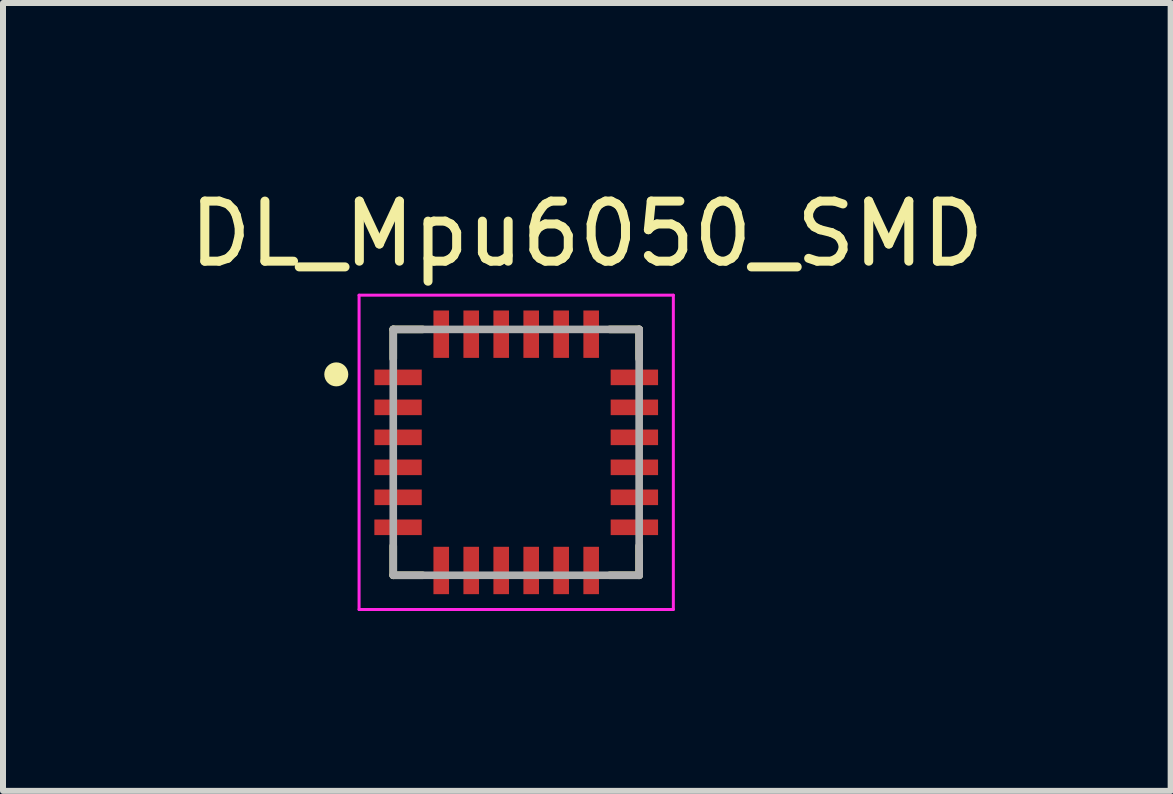
<source format=kicad_pcb>
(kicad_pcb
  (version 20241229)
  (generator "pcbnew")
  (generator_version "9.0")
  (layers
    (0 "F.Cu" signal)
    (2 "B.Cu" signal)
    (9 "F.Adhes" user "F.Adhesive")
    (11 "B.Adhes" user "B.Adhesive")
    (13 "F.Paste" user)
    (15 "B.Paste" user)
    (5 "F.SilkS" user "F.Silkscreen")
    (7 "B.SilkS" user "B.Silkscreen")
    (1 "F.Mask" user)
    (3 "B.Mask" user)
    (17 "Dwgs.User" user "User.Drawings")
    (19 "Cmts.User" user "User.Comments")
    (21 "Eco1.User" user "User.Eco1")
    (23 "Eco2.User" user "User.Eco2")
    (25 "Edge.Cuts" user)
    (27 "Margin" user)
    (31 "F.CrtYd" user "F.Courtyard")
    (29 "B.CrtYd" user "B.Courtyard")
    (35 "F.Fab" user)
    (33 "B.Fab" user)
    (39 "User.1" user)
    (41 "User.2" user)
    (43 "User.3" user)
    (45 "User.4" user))
  (footprint "DL_Mpu6050_SMD"
    (layer "F.Cu")
    (at 5.557 4.492)
    (property "Reference" "DL_Mpu6050_SMD" (at 1.178 -3.643 0) (layer "F.SilkS") (effects (font (size 1.002 1.002) (thickness 0.15))))
    (attr through_hole)
    (fp_line (start -2.05 -1.56) (end -2.05 -2.05) (stroke (width 0.127) (type solid)) (layer "F.SilkS"))
    (fp_line (start -2.05 2.05) (end -2.05 1.56) (stroke (width 0.127) (type solid)) (layer "F.SilkS"))
    (fp_line (start -1.56 -2.05) (end -2.05 -2.05) (stroke (width 0.127) (type solid)) (layer "F.SilkS"))
    (fp_line (start -1.56 2.05) (end -2.05 2.05) (stroke (width 0.127) (type solid)) (layer "F.SilkS"))
    (fp_line (start 1.56 -2.05) (end 2.05 -2.05) (stroke (width 0.127) (type solid)) (layer "F.SilkS"))
    (fp_line (start 2.05 -2.05) (end 2.05 -1.56) (stroke (width 0.127) (type solid)) (layer "F.SilkS"))
    (fp_line (start 2.05 1.56) (end 2.05 2.05) (stroke (width 0.127) (type solid)) (layer "F.SilkS"))
    (fp_line (start 2.05 2.05) (end 1.56 2.05) (stroke (width 0.127) (type solid)) (layer "F.SilkS"))
    (fp_circle (center -3 -1.3) (end -2.9 -1.3) (stroke (width 0.2) (type solid)) (fill no) (layer "F.SilkS"))
    (fp_line (start -2.62 -2.62) (end 2.62 -2.62) (stroke (width 0.05) (type solid)) (layer "F.CrtYd"))
    (fp_line (start -2.62 2.62) (end -2.62 -2.62) (stroke (width 0.05) (type solid)) (layer "F.CrtYd"))
    (fp_line (start 2.62 -2.62) (end 2.62 2.62) (stroke (width 0.05) (type solid)) (layer "F.CrtYd"))
    (fp_line (start 2.62 2.62) (end -2.62 2.62) (stroke (width 0.05) (type solid)) (layer "F.CrtYd"))
    (fp_line (start -2.05 -2.05) (end -2.05 2.05) (stroke (width 0.127) (type solid)) (layer "F.Fab"))
    (fp_line (start 2.05 -2.05) (end -2.05 -2.05) (stroke (width 0.127) (type solid)) (layer "F.Fab"))
    (fp_line (start 2.05 -2.05) (end 2.05 2.05) (stroke (width 0.127) (type solid)) (layer "F.Fab"))
    (fp_line (start 2.05 2.05) (end -2.05 2.05) (stroke (width 0.127) (type solid)) (layer "F.Fab"))
    (pad "1" smd rect (at -1.97 -1.25) (size 0.79 0.26) (layers "F.Cu" "F.Mask" "F.Paste"))
    (pad "2" smd rect (at -1.97 -0.75) (size 0.79 0.26) (layers "F.Cu" "F.Mask" "F.Paste"))
    (pad "3" smd rect (at -1.97 -0.25) (size 0.79 0.26) (layers "F.Cu" "F.Mask" "F.Paste"))
    (pad "4" smd rect (at -1.97 0.25) (size 0.79 0.26) (layers "F.Cu" "F.Mask" "F.Paste"))
    (pad "5" smd rect (at -1.97 0.75) (size 0.79 0.26) (layers "F.Cu" "F.Mask" "F.Paste"))
    (pad "6" smd rect (at -1.97 1.25) (size 0.79 0.26) (layers "F.Cu" "F.Mask" "F.Paste"))
    (pad "7" smd rect (at -1.25 1.97 90) (size 0.79 0.26) (layers "F.Cu" "F.Mask" "F.Paste"))
    (pad "8" smd rect (at -0.75 1.97 90) (size 0.79 0.26) (layers "F.Cu" "F.Mask" "F.Paste"))
    (pad "9" smd rect (at -0.25 1.97 90) (size 0.79 0.26) (layers "F.Cu" "F.Mask" "F.Paste"))
    (pad "10" smd rect (at 0.25 1.97 90) (size 0.79 0.26) (layers "F.Cu" "F.Mask" "F.Paste"))
    (pad "11" smd rect (at 0.75 1.97 90) (size 0.79 0.26) (layers "F.Cu" "F.Mask" "F.Paste"))
    (pad "12" smd rect (at 1.25 1.97 90) (size 0.79 0.26) (layers "F.Cu" "F.Mask" "F.Paste"))
    (pad "13" smd rect (at 1.97 1.25 180) (size 0.79 0.26) (layers "F.Cu" "F.Mask" "F.Paste"))
    (pad "14" smd rect (at 1.97 0.75 180) (size 0.79 0.26) (layers "F.Cu" "F.Mask" "F.Paste"))
    (pad "15" smd rect (at 1.97 0.25 180) (size 0.79 0.26) (layers "F.Cu" "F.Mask" "F.Paste"))
    (pad "16" smd rect (at 1.97 -0.25 180) (size 0.79 0.26) (layers "F.Cu" "F.Mask" "F.Paste"))
    (pad "17" smd rect (at 1.97 -0.75 180) (size 0.79 0.26) (layers "F.Cu" "F.Mask" "F.Paste"))
    (pad "18" smd rect (at 1.97 -1.25 180) (size 0.79 0.26) (layers "F.Cu" "F.Mask" "F.Paste"))
    (pad "19" smd rect (at 1.25 -1.97 270) (size 0.79 0.26) (layers "F.Cu" "F.Mask" "F.Paste"))
    (pad "20" smd rect (at 0.75 -1.97 270) (size 0.79 0.26) (layers "F.Cu" "F.Mask" "F.Paste"))
    (pad "21" smd rect (at 0.25 -1.97 270) (size 0.79 0.26) (layers "F.Cu" "F.Mask" "F.Paste"))
    (pad "22" smd rect (at -0.25 -1.97 270) (size 0.79 0.26) (layers "F.Cu" "F.Mask" "F.Paste"))
    (pad "23" smd rect (at -0.75 -1.97 270) (size 0.79 0.26) (layers "F.Cu" "F.Mask" "F.Paste"))
    (pad "24" smd rect (at -1.25 -1.97 270) (size 0.79 0.26) (layers "F.Cu" "F.Mask" "F.Paste")))
  (gr_rect
    (start -3 -3)
    (end 16.469 10.137)
    (stroke (width 0.1) (type default))
    (fill no)
    (layer "Edge.Cuts")))
</source>
